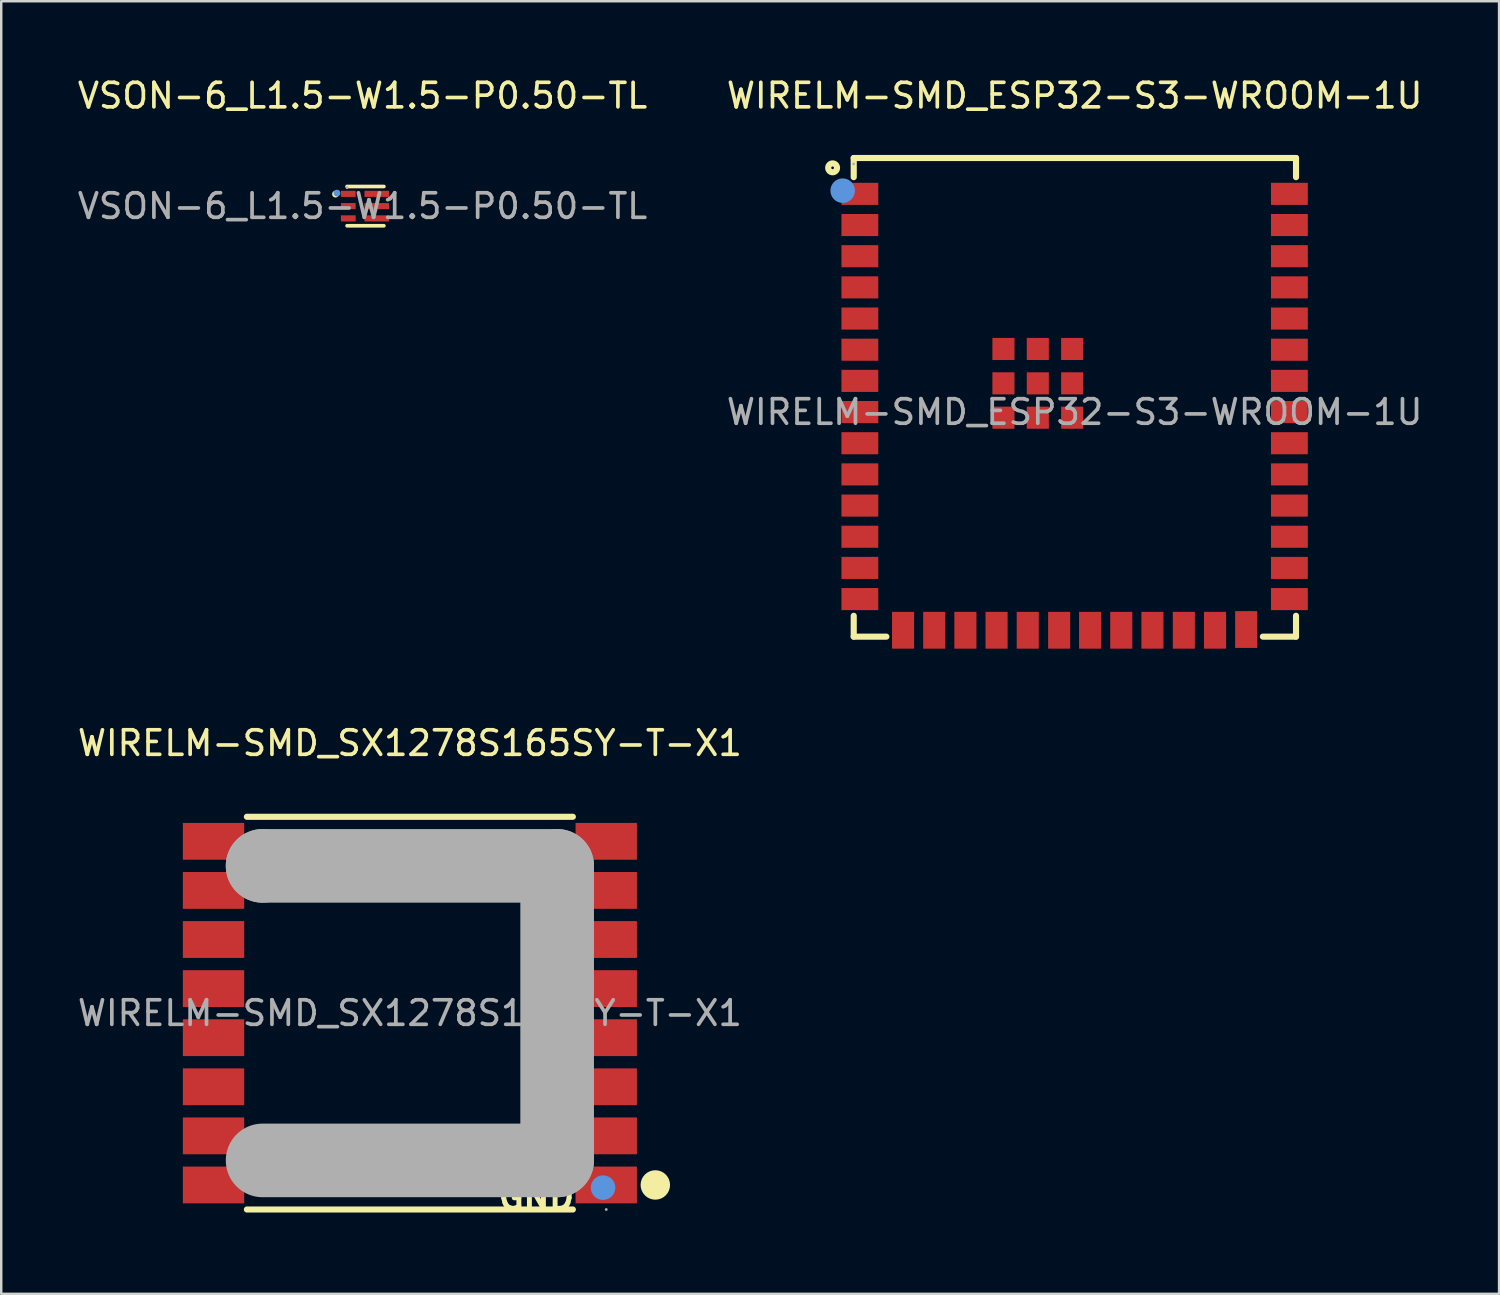
<source format=kicad_pcb>
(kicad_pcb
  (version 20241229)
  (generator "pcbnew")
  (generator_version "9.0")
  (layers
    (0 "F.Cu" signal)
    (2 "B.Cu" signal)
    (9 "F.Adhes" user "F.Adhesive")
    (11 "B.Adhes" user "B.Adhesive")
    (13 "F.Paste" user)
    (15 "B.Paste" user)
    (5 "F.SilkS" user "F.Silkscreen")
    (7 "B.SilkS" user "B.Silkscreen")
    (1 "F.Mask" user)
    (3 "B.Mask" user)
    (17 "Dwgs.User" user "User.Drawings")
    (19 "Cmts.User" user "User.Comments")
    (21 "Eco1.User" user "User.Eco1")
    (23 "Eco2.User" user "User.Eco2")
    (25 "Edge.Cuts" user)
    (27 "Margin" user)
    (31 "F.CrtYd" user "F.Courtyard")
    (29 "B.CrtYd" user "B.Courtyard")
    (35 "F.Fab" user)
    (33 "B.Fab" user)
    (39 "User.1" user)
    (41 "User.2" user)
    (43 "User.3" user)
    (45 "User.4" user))
  (footprint "WIRELM-SMD_ESP32-S3-WROOM-1U"
    (layer "F.Cu")
    (at 40.732 13.738)
    (property "Reference" "WIRELM-SMD_ESP32-S3-WROOM-1U" (at 0 -12.89 0) (layer "F.SilkS") (effects (font (size 1 1) (thickness 0.15))))
    (attr smd)
    (fp_line (start -9 -10.35) (end -9 -9.57) (stroke (width 0.25) (type solid)) (layer "F.SilkS"))
    (fp_line (start -9 -10.35) (end 9.02 -10.35) (stroke (width 0.25) (type solid)) (layer "F.SilkS"))
    (fp_line (start -9 8.3) (end -9 9.15) (stroke (width 0.25) (type solid)) (layer "F.SilkS"))
    (fp_line (start -9 9.15) (end -7.67 9.15) (stroke (width 0.25) (type solid)) (layer "F.SilkS"))
    (fp_line (start 7.67 9.15) (end 9.02 9.15) (stroke (width 0.25) (type solid)) (layer "F.SilkS"))
    (fp_line (start 9.02 -9.57) (end 9.02 -10.35) (stroke (width 0.25) (type solid)) (layer "F.SilkS"))
    (fp_line (start 9.02 9.15) (end 9.02 8.3) (stroke (width 0.25) (type solid)) (layer "F.SilkS"))
    (fp_circle (center -9.86 -9.95) (end -9.68 -9.95) (stroke (width 0.25) (type solid)) (fill no) (layer "F.SilkS"))
    (fp_circle (center -9.45 -9.02) (end -9.2 -9.02) (stroke (width 0.5) (type solid)) (fill no) (layer "Cmts.User"))
    (fp_circle (center -9 -10.11) (end -8.97 -10.11) (stroke (width 0.06) (type solid)) (fill no) (layer "F.Fab"))
    (fp_text user "${REFERENCE}" (at 0 0 0) (layer "F.Fab") (effects (font (size 1 1) (thickness 0.15))))
    (pad "1" smd rect (at -8.75 -8.89) (size 1.5 0.9) (layers "F.Cu" "F.Mask" "F.Paste"))
    (pad "2" smd rect (at -8.75 -7.62) (size 1.5 0.9) (layers "F.Cu" "F.Mask" "F.Paste"))
    (pad "3" smd rect (at -8.75 -6.35) (size 1.5 0.9) (layers "F.Cu" "F.Mask" "F.Paste"))
    (pad "4" smd rect (at -8.75 -5.08) (size 1.5 0.9) (layers "F.Cu" "F.Mask" "F.Paste"))
    (pad "5" smd rect (at -8.75 -3.81) (size 1.5 0.9) (layers "F.Cu" "F.Mask" "F.Paste"))
    (pad "6" smd rect (at -8.75 -2.54) (size 1.5 0.9) (layers "F.Cu" "F.Mask" "F.Paste"))
    (pad "7" smd rect (at -8.75 -1.27) (size 1.5 0.9) (layers "F.Cu" "F.Mask" "F.Paste"))
    (pad "8" smd rect (at -8.75 0) (size 1.5 0.9) (layers "F.Cu" "F.Mask" "F.Paste"))
    (pad "9" smd rect (at -8.75 1.27) (size 1.5 0.9) (layers "F.Cu" "F.Mask" "F.Paste"))
    (pad "10" smd rect (at -8.75 2.54) (size 1.5 0.9) (layers "F.Cu" "F.Mask" "F.Paste"))
    (pad "11" smd rect (at -8.75 3.81) (size 1.5 0.9) (layers "F.Cu" "F.Mask" "F.Paste"))
    (pad "12" smd rect (at -8.75 5.08) (size 1.5 0.9) (layers "F.Cu" "F.Mask" "F.Paste"))
    (pad "13" smd rect (at -8.75 6.35) (size 1.5 0.9) (layers "F.Cu" "F.Mask" "F.Paste"))
    (pad "14" smd rect (at -8.75 7.62) (size 1.5 0.9) (layers "F.Cu" "F.Mask" "F.Paste"))
    (pad "15" smd rect (at -6.99 8.89 90) (size 1.5 0.9) (layers "F.Cu" "F.Mask" "F.Paste"))
    (pad "16" smd rect (at -5.72 8.89 90) (size 1.5 0.9) (layers "F.Cu" "F.Mask" "F.Paste"))
    (pad "17" smd rect (at -4.45 8.89 90) (size 1.5 0.9) (layers "F.Cu" "F.Mask" "F.Paste"))
    (pad "18" smd rect (at -3.18 8.89 90) (size 1.5 0.9) (layers "F.Cu" "F.Mask" "F.Paste"))
    (pad "19" smd rect (at -1.91 8.89 90) (size 1.5 0.9) (layers "F.Cu" "F.Mask" "F.Paste"))
    (pad "20" smd rect (at -0.63 8.89 90) (size 1.5 0.9) (layers "F.Cu" "F.Mask" "F.Paste"))
    (pad "21" smd rect (at 0.63 8.89 90) (size 1.5 0.9) (layers "F.Cu" "F.Mask" "F.Paste"))
    (pad "22" smd rect (at 1.9 8.89 90) (size 1.5 0.9) (layers "F.Cu" "F.Mask" "F.Paste"))
    (pad "23" smd rect (at 3.17 8.89 90) (size 1.5 0.9) (layers "F.Cu" "F.Mask" "F.Paste"))
    (pad "24" smd rect (at 4.45 8.89 90) (size 1.5 0.9) (layers "F.Cu" "F.Mask" "F.Paste"))
    (pad "25" smd rect (at 5.72 8.89 90) (size 1.5 0.9) (layers "F.Cu" "F.Mask" "F.Paste"))
    (pad "26" smd rect (at 6.99 8.86 90) (size 1.5 0.9) (layers "F.Cu" "F.Mask" "F.Paste"))
    (pad "27" smd rect (at 8.75 7.62 180) (size 1.5 0.9) (layers "F.Cu" "F.Mask" "F.Paste"))
    (pad "28" smd rect (at 8.75 6.35 180) (size 1.5 0.9) (layers "F.Cu" "F.Mask" "F.Paste"))
    (pad "29" smd rect (at 8.75 5.08 180) (size 1.5 0.9) (layers "F.Cu" "F.Mask" "F.Paste"))
    (pad "30" smd rect (at 8.75 3.81 180) (size 1.5 0.9) (layers "F.Cu" "F.Mask" "F.Paste"))
    (pad "31" smd rect (at 8.75 2.54 180) (size 1.5 0.9) (layers "F.Cu" "F.Mask" "F.Paste"))
    (pad "32" smd rect (at 8.75 1.27 180) (size 1.5 0.9) (layers "F.Cu" "F.Mask" "F.Paste"))
    (pad "33" smd rect (at 8.75 0 180) (size 1.5 0.9) (layers "F.Cu" "F.Mask" "F.Paste"))
    (pad "34" smd rect (at 8.75 -1.27 180) (size 1.5 0.9) (layers "F.Cu" "F.Mask" "F.Paste"))
    (pad "35" smd rect (at 8.75 -2.54 180) (size 1.5 0.9) (layers "F.Cu" "F.Mask" "F.Paste"))
    (pad "36" smd rect (at 8.75 -3.81 180) (size 1.5 0.9) (layers "F.Cu" "F.Mask" "F.Paste"))
    (pad "37" smd rect (at 8.75 -5.08 180) (size 1.5 0.9) (layers "F.Cu" "F.Mask" "F.Paste"))
    (pad "38" smd rect (at 8.75 -6.35 180) (size 1.5 0.9) (layers "F.Cu" "F.Mask" "F.Paste"))
    (pad "39" smd rect (at 8.75 -7.62 180) (size 1.5 0.9) (layers "F.Cu" "F.Mask" "F.Paste"))
    (pad "40" smd rect (at 8.75 -8.89 180) (size 1.5 0.9) (layers "F.Cu" "F.Mask" "F.Paste"))
    (pad "41" smd rect (at -2.9 -2.57 90) (size 0.9 0.9) (layers "F.Cu" "F.Mask" "F.Paste"))
    (pad "41" smd rect (at -2.9 -1.17 90) (size 0.9 0.9) (layers "F.Cu" "F.Mask" "F.Paste"))
    (pad "41" smd rect (at -2.9 0.23 90) (size 0.9 0.9) (layers "F.Cu" "F.Mask" "F.Paste"))
    (pad "41" smd rect (at -1.5 -2.57 90) (size 0.9 0.9) (layers "F.Cu" "F.Mask" "F.Paste"))
    (pad "41" smd rect (at -1.5 -1.17 90) (size 0.9 0.9) (layers "F.Cu" "F.Mask" "F.Paste"))
    (pad "41" smd rect (at -1.5 0.23 90) (size 0.9 0.9) (layers "F.Cu" "F.Mask" "F.Paste"))
    (pad "41" smd rect (at -0.1 -2.57 90) (size 0.9 0.9) (layers "F.Cu" "F.Mask" "F.Paste"))
    (pad "41" smd rect (at -0.1 -1.17 90) (size 0.9 0.9) (layers "F.Cu" "F.Mask" "F.Paste"))
    (pad "41" smd rect (at -0.1 0.23 90) (size 0.9 0.9) (layers "F.Cu" "F.Mask" "F.Paste")))
  (footprint "VSON-6_L1.5-W1.5-P0.50-TL"
    (layer "F.Cu")
    (at 11.72 5.348)
    (property "Reference" "VSON-6_L1.5-W1.5-P0.50-TL" (at 0 -4.5 0) (layer "F.SilkS") (effects (font (size 1 1) (thickness 0.15))))
    (attr through_hole)
    (fp_line (start -0.63 -0.8) (end 0.87 -0.8) (stroke (width 0.15) (type solid)) (layer "F.SilkS"))
    (fp_line (start -0.63 0.8) (end 0.87 0.8) (stroke (width 0.15) (type solid)) (layer "F.SilkS"))
    (fp_circle (center -1.1 -0.49) (end -1.03 -0.49) (stroke (width 0.14) (type solid)) (fill no) (layer "F.SilkS"))
    (fp_circle (center -1.04 -0.53) (end -0.97 -0.53) (stroke (width 0.14) (type solid)) (fill no) (layer "Cmts.User"))
    (fp_circle (center -0.63 -0.75) (end -0.6 -0.75) (stroke (width 0.06) (type solid)) (fill no) (layer "F.Fab"))
    (fp_text user "${REFERENCE}" (at 0 0 0) (layer "F.Fab") (effects (font (size 1 1) (thickness 0.15))))
    (pad "1" smd rect (at -0.58 -0.5 90) (size 0.25 0.6) (layers "F.Cu" "F.Mask" "F.Paste"))
    (pad "2" smd rect (at -0.58 0 90) (size 0.25 0.6) (layers "F.Cu" "F.Mask" "F.Paste"))
    (pad "3" smd rect (at -0.58 0.5 90) (size 0.25 0.6) (layers "F.Cu" "F.Mask" "F.Paste"))
    (pad "4" smd rect (at 0.58 0.5 90) (size 0.25 1) (layers "F.Cu" "F.Mask" "F.Paste"))
    (pad "5" smd rect (at 0.58 0 90) (size 0.25 1) (layers "F.Cu" "F.Mask" "F.Paste"))
    (pad "6" smd rect (at 0.58 -0.5 90) (size 0.25 1) (layers "F.Cu" "F.Mask" "F.Paste")))
  (footprint "WIRELM-SMD_SX1278S165SY-T-X1"
    (layer "F.Cu")
    (at 13.649 38.227)
    (property "Reference" "WIRELM-SMD_SX1278S165SY-T-X1" (at 0 -11 0) (layer "F.SilkS") (effects (font (size 1 1) (thickness 0.15))))
    (attr smd)
    (fp_line (start -6.64 8) (end 6.64 8) (stroke (width 0.25) (type solid)) (layer "F.SilkS"))
    (fp_line (start 6.64 -8) (end -6.64 -8) (stroke (width 0.25) (type solid)) (layer "F.SilkS"))
    (fp_circle (center 10 7) (end 10.3 7) (stroke (width 0.6) (type solid)) (fill no) (layer "F.SilkS"))
    (fp_circle (center 7.87 7.11) (end 8.12 7.11) (stroke (width 0.5) (type solid)) (fill no) (layer "Cmts.User"))
    (fp_line (start -6 -6) (end -6 -6) (stroke (width 3) (type solid)) (layer "F.Fab"))
    (fp_line (start -6 -6) (end 6 -6) (stroke (width 3) (type solid)) (layer "F.Fab"))
    (fp_line (start 6 -6) (end 6 6) (stroke (width 3) (type solid)) (layer "F.Fab"))
    (fp_line (start 6 6) (end -6 6) (stroke (width 3) (type solid)) (layer "F.Fab"))
    (fp_circle (center 8 8) (end 8.03 8) (stroke (width 0.06) (type solid)) (fill no) (layer "F.Fab"))
    (fp_text user "GND" (at 3.5 7.5 0) (layer "F.SilkS") (effects (font (size 1 1) (thickness 0.2)) (justify left)))
    (fp_text user "ANT" (at -6 -6.5 0) (layer "F.SilkS") (effects (font (size 1 1) (thickness 0.2)) (justify left)))
    (fp_text user "${REFERENCE}" (at 0 0 0) (layer "F.Fab") (effects (font (size 1 1) (thickness 0.15))))
    (pad "1" smd rect (at 8 7) (size 2.5 1.5) (layers "F.Cu" "F.Mask" "F.Paste"))
    (pad "2" smd rect (at 8 5) (size 2.5 1.5) (layers "F.Cu" "F.Mask" "F.Paste"))
    (pad "3" smd rect (at 8 3) (size 2.5 1.5) (layers "F.Cu" "F.Mask" "F.Paste"))
    (pad "4" smd rect (at 8 1) (size 2.5 1.5) (layers "F.Cu" "F.Mask" "F.Paste"))
    (pad "5" smd rect (at 8 -1) (size 2.5 1.5) (layers "F.Cu" "F.Mask" "F.Paste"))
    (pad "6" smd rect (at 8 -3) (size 2.5 1.5) (layers "F.Cu" "F.Mask" "F.Paste"))
    (pad "7" smd rect (at 8 -5) (size 2.5 1.5) (layers "F.Cu" "F.Mask" "F.Paste"))
    (pad "8" smd rect (at 8 -7) (size 2.5 1.5) (layers "F.Cu" "F.Mask" "F.Paste"))
    (pad "9" smd rect (at -8 -7) (size 2.5 1.5) (layers "F.Cu" "F.Mask" "F.Paste"))
    (pad "10" smd rect (at -8 -5) (size 2.5 1.5) (layers "F.Cu" "F.Mask" "F.Paste"))
    (pad "11" smd rect (at -8 -3) (size 2.5 1.5) (layers "F.Cu" "F.Mask" "F.Paste"))
    (pad "12" smd rect (at -8 -1) (size 2.5 1.5) (layers "F.Cu" "F.Mask" "F.Paste"))
    (pad "13" smd rect (at -8 1) (size 2.5 1.5) (layers "F.Cu" "F.Mask" "F.Paste"))
    (pad "14" smd rect (at -8 3) (size 2.5 1.5) (layers "F.Cu" "F.Mask" "F.Paste"))
    (pad "15" smd rect (at -8 5) (size 2.5 1.5) (layers "F.Cu" "F.Mask" "F.Paste"))
    (pad "16" smd rect (at -8 7) (size 2.5 1.5) (layers "F.Cu" "F.Mask" "F.Paste")))
  (gr_rect
    (start -3 -3)
    (end 58.024 49.663)
    (stroke (width 0.1) (type default))
    (fill no)
    (layer "Edge.Cuts")))
</source>
